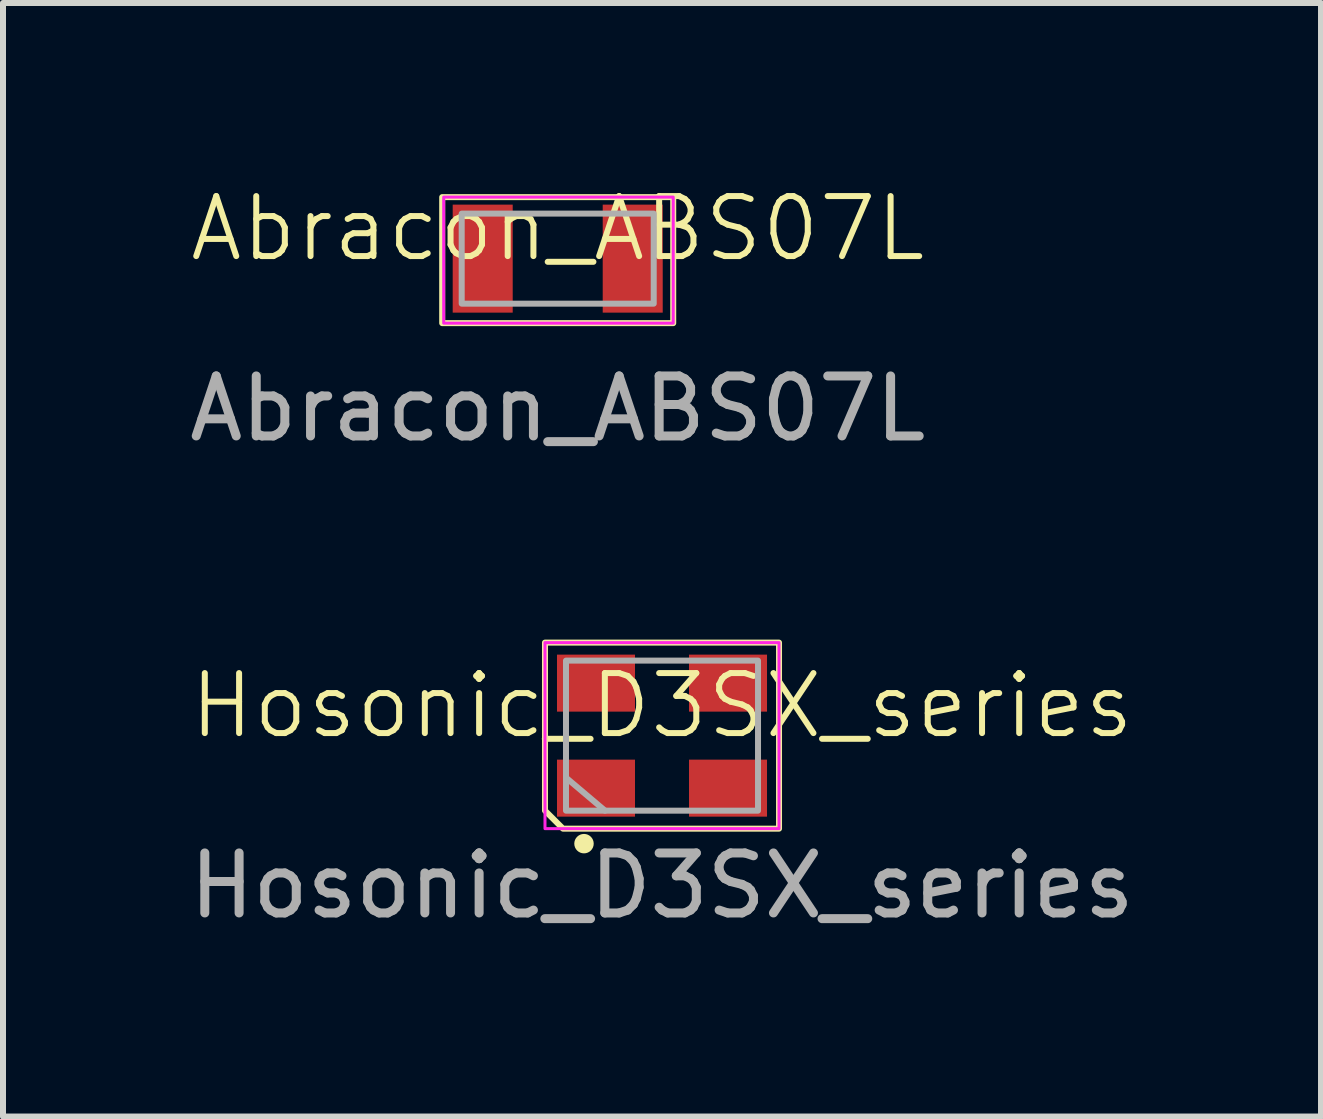
<source format=kicad_pcb>
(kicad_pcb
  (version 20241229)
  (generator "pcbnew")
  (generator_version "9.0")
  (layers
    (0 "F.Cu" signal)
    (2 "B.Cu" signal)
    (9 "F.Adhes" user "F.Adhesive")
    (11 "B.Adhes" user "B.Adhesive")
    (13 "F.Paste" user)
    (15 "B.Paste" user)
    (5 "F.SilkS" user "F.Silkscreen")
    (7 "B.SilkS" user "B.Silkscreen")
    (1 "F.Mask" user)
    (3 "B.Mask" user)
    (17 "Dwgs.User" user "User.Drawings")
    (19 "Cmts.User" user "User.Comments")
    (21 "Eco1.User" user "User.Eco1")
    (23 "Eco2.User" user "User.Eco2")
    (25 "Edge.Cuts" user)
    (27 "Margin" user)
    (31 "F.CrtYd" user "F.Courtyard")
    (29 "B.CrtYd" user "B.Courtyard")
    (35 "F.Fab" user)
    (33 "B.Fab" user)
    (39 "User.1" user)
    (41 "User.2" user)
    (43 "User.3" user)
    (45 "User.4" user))
  (footprint "Hosonic_D3SX_series"
    (layer "F.Cu")
    (at 7.982 9.209)
    (property "Reference" "Hosonic_D3SX_series" (at 0 -0.5 0) (unlocked yes) (layer "F.SilkS") (effects (font (size 1 1) (thickness 0.1))))
    (attr smd)
    (fp_circle (center -1.3 1.8) (end -1.188 1.8) (stroke (width 0.1) (type solid)) (fill yes) (layer "F.SilkS"))
    (fp_poly (pts (xy -1.95 1.25) (xy -1.65 1.55) (xy 1.95 1.55) (xy 1.95 -1.55) (xy -1.95 -1.55)) (stroke (width 0.1) (type solid)) (fill no) (layer "F.SilkS"))
    (fp_rect (start -1.95 -1.55) (end 1.95 1.55) (stroke (width 0.05) (type default)) (fill no) (layer "F.CrtYd"))
    (fp_line (start -0.95 1.25) (end -1.6 0.7) (stroke (width 0.1) (type default)) (layer "F.Fab"))
    (fp_rect (start -1.6 -1.25) (end 1.6 1.25) (stroke (width 0.1) (type default)) (fill no) (layer "F.Fab"))
    (fp_text user "${REFERENCE}" (at 0 2.5 0) (unlocked yes) (layer "F.Fab") (effects (font (size 1 1) (thickness 0.15))))
    (pad "1" smd rect (at -1.1 0.875) (size 1.3 0.95) (layers "F.Cu" "F.Mask" "F.Paste"))
    (pad "2" smd rect (at 1.1 0.875) (size 1.3 0.95) (layers "F.Cu" "F.Mask" "F.Paste"))
    (pad "3" smd rect (at 1.1 -0.875) (size 1.3 0.95) (layers "F.Cu" "F.Mask" "F.Paste"))
    (pad "4" smd rect (at -1.1 -0.875) (size 1.3 0.95) (layers "F.Cu" "F.Mask" "F.Paste")))
  (footprint "Abracon_ABS07L"
    (layer "F.Cu")
    (at 6.244 1.26)
    (property "Reference" "Abracon_ABS07L" (at 0 -0.5 0) (unlocked yes) (layer "F.SilkS") (effects (font (size 1 1) (thickness 0.1))))
    (attr smd)
    (fp_rect (start -1.925 -1.025) (end 1.925 1.075) (stroke (width 0.1) (type default)) (fill no) (layer "F.SilkS"))
    (fp_rect (start -1.9 -1.025) (end 1.925 1.075) (stroke (width 0.05) (type default)) (fill no) (layer "F.CrtYd"))
    (fp_rect (start -1.6 -0.75) (end 1.6 0.75) (stroke (width 0.1) (type default)) (fill no) (layer "F.Fab"))
    (fp_text user "${REFERENCE}" (at 0 2.5 0) (unlocked yes) (layer "F.Fab") (effects (font (size 1 1) (thickness 0.15))))
    (pad "1" smd rect (at 1.25 0) (size 1 1.8) (layers "F.Cu" "F.Mask" "F.Paste"))
    (pad "2" smd rect (at -1.25 0) (size 1 1.8) (layers "F.Cu" "F.Mask" "F.Paste")))
  (gr_rect
    (start -3 -3)
    (end 18.964 15.557)
    (stroke (width 0.1) (type default))
    (fill no)
    (layer "Edge.Cuts")))
</source>
